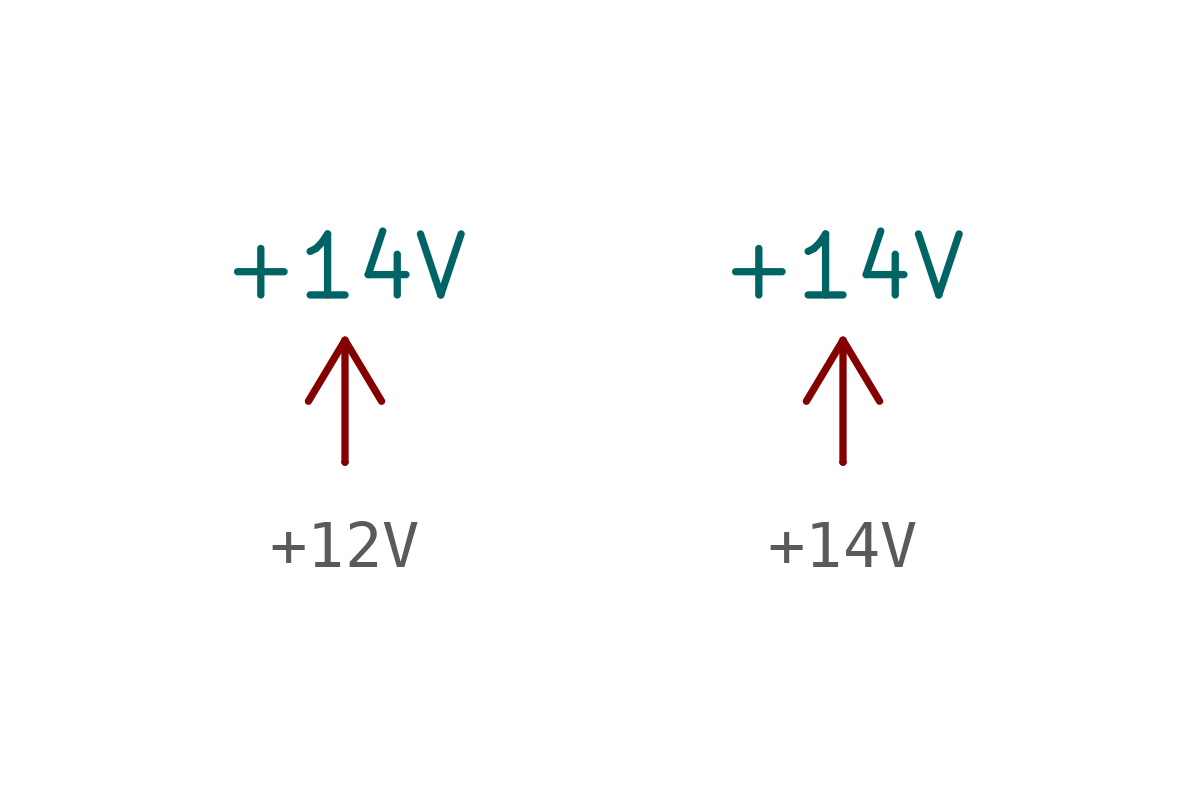
<source format=kicad_sym>
(kicad_symbol_lib
  (version 20231120)
  (generator "kicad_symbol_editor")
  (generator_version "8.0")
  (symbol "+12V"
    (power)
    (pin_numbers hide)
    (pin_names
      (offset 0) hide)
    (property "Reference" "#PWR0124"
      (at 0 -3.81 0)
      (effects (font (size 1.27 1.27)) (hide yes)))
    (property "Value" "+14V"
      (at 0 4.064 0)
      (effects (font (size 1.27 1.27))))
    (symbol "+12V_0_1"
      (polyline (pts (xy -0.762 1.27) (xy 0 2.54)) (stroke (width 0) (type default)) (fill (type none)))
      (polyline (pts (xy 0 0) (xy 0 2.54)) (stroke (width 0) (type default)) (fill (type none)))
      (polyline (pts (xy 0 2.54) (xy 0.762 1.27)) (stroke (width 0) (type default)) (fill (type none))))
    (symbol "+12V_1_1"
      (pin power_in line (at 0 0 90) (length 0) (name "~" (effects (font (size 1.27 1.27)))) (number "1" (effects (font (size 1.27 1.27)))))))
  (symbol "+14V"
    (power)
    (pin_numbers hide)
    (pin_names
      (offset 0) hide)
    (property "Reference" "#PWR0124"
      (at 0 -3.81 0)
      (effects (font (size 1.27 1.27)) (hide yes)))
    (property "Value" "+14V"
      (at 0 4.064 0)
      (effects (font (size 1.27 1.27))))
    (symbol "+14V_0_1"
      (polyline (pts (xy -0.762 1.27) (xy 0 2.54)) (stroke (width 0) (type default)) (fill (type none)))
      (polyline (pts (xy 0 0) (xy 0 2.54)) (stroke (width 0) (type default)) (fill (type none)))
      (polyline (pts (xy 0 2.54) (xy 0.762 1.27)) (stroke (width 0) (type default)) (fill (type none))))
    (symbol "+14V_1_1"
      (pin power_in line (at 0 0 90) (length 0) (name "~" (effects (font (size 1.27 1.27)))) (number "1" (effects (font (size 1.27 1.27))))))))
</source>
